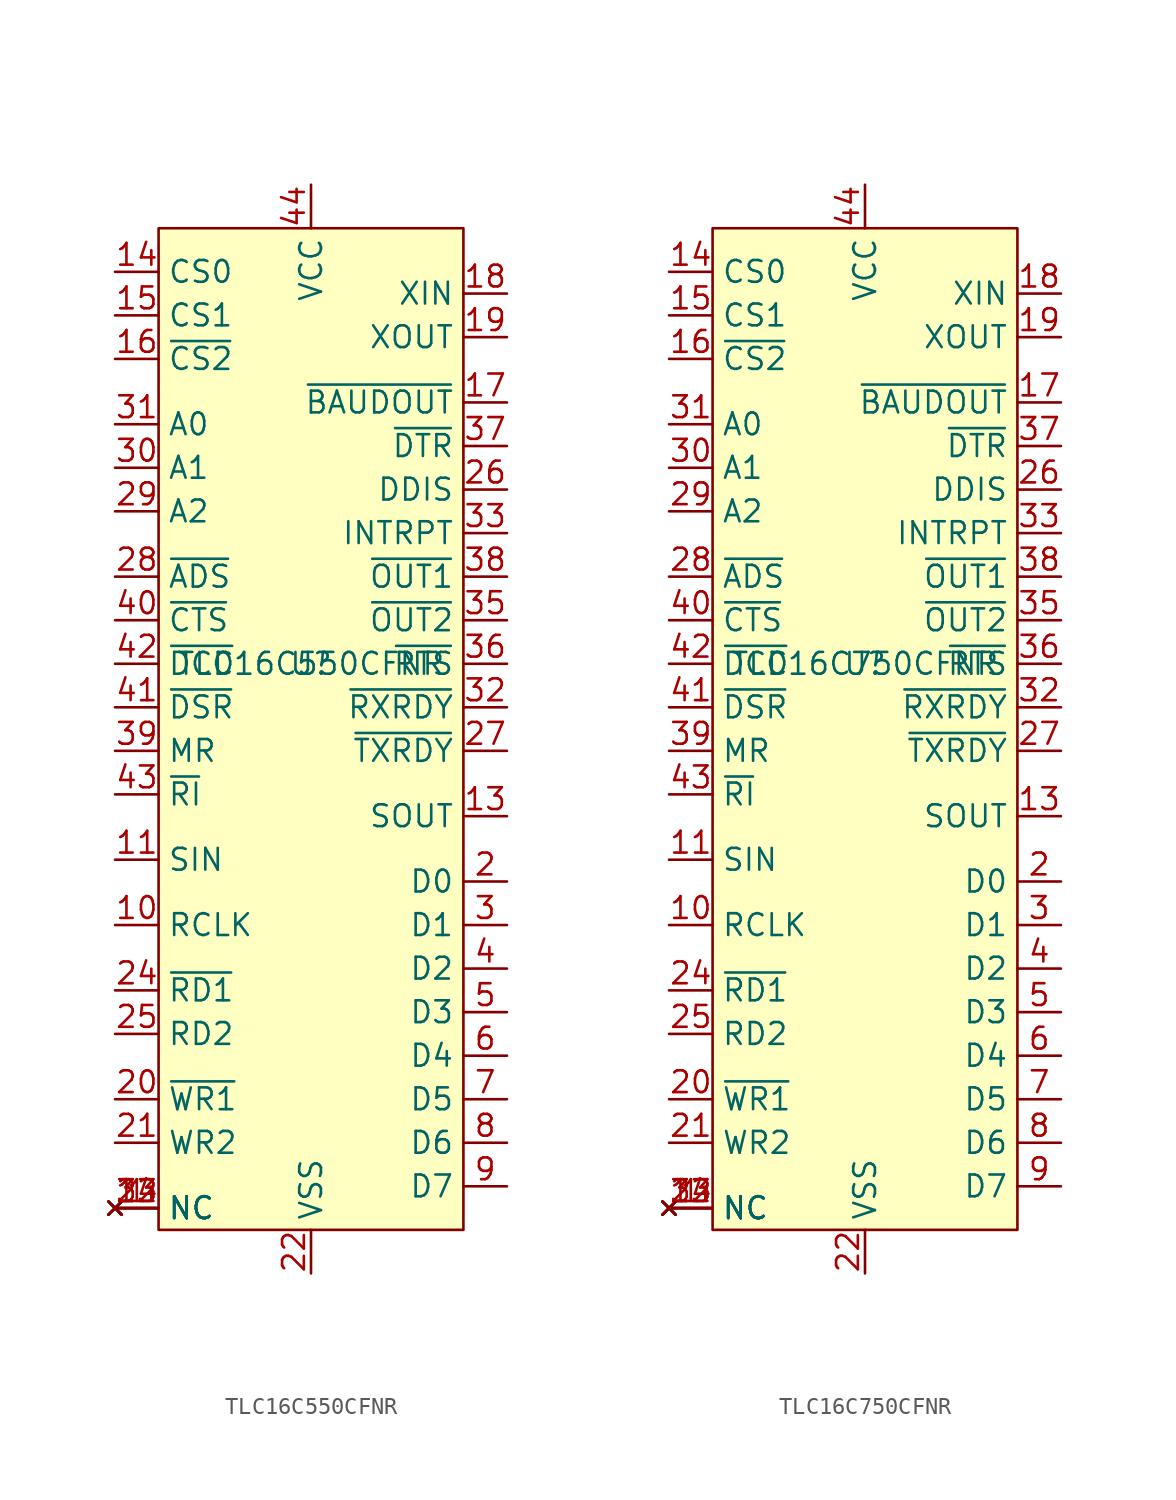
<source format=kicad_sym>
(kicad_symbol_lib
  (version 20241209)
  (generator "kicad_symbol_editor")
  (generator_version "9.0")
  (symbol "TLC16C550CFNR"
    (property "Reference" "U"
      (at 0 0 0)
      (effects (font (size 1.27 1.27))))
    (property "Value" "TLC16C550CFNR"
      (at 0 0 0)
      (effects (font (size 1.27 1.27))))
    (symbol "TLC16C550CFNR_1_1"
      (rectangle (start -8.89 25.4) (end 8.89 -33.02) (stroke (width 0) (type solid)) (fill (type background)))
      (pin input line (at -11.43 22.86 0) (length 2.54) (name "CS0" (effects (font (size 1.27 1.27)))) (number "14" (effects (font (size 1.27 1.27)))))
      (pin input line (at -11.43 20.32 0) (length 2.54) (name "CS1" (effects (font (size 1.27 1.27)))) (number "15" (effects (font (size 1.27 1.27)))))
      (pin input line (at -11.43 17.78 0) (length 2.54) (name "~{CS2}" (effects (font (size 1.27 1.27)))) (number "16" (effects (font (size 1.27 1.27)))))
      (pin input line (at -11.43 13.97 0) (length 2.54) (name "A0" (effects (font (size 1.27 1.27)))) (number "31" (effects (font (size 1.27 1.27)))))
      (pin input line (at -11.43 11.43 0) (length 2.54) (name "A1" (effects (font (size 1.27 1.27)))) (number "30" (effects (font (size 1.27 1.27)))))
      (pin input line (at -11.43 8.89 0) (length 2.54) (name "A2" (effects (font (size 1.27 1.27)))) (number "29" (effects (font (size 1.27 1.27)))))
      (pin input line (at -11.43 5.08 0) (length 2.54) (name "~{ADS}" (effects (font (size 1.27 1.27)))) (number "28" (effects (font (size 1.27 1.27)))))
      (pin input line (at -11.43 2.54 0) (length 2.54) (name "~{CTS}" (effects (font (size 1.27 1.27)))) (number "40" (effects (font (size 1.27 1.27)))))
      (pin input line (at -11.43 0 0) (length 2.54) (name "~{DCD}" (effects (font (size 1.27 1.27)))) (number "42" (effects (font (size 1.27 1.27)))))
      (pin input line (at -11.43 -2.54 0) (length 2.54) (name "~{DSR}" (effects (font (size 1.27 1.27)))) (number "41" (effects (font (size 1.27 1.27)))))
      (pin input line (at -11.43 -5.08 0) (length 2.54) (name "MR" (effects (font (size 1.27 1.27)))) (number "39" (effects (font (size 1.27 1.27)))))
      (pin input line (at -11.43 -7.62 0) (length 2.54) (name "~{RI}" (effects (font (size 1.27 1.27)))) (number "43" (effects (font (size 1.27 1.27)))))
      (pin input line (at -11.43 -11.43 0) (length 2.54) (name "SIN" (effects (font (size 1.27 1.27)))) (number "11" (effects (font (size 1.27 1.27)))))
      (pin input line (at -11.43 -15.24 0) (length 2.54) (name "RCLK" (effects (font (size 1.27 1.27)))) (number "10" (effects (font (size 1.27 1.27)))))
      (pin input line (at -11.43 -19.05 0) (length 2.54) (name "~{RD1}" (effects (font (size 1.27 1.27)))) (number "24" (effects (font (size 1.27 1.27)))))
      (pin input line (at -11.43 -21.59 0) (length 2.54) (name "RD2" (effects (font (size 1.27 1.27)))) (number "25" (effects (font (size 1.27 1.27)))))
      (pin input line (at -11.43 -25.4 0) (length 2.54) (name "~{WR1}" (effects (font (size 1.27 1.27)))) (number "20" (effects (font (size 1.27 1.27)))))
      (pin input line (at -11.43 -27.94 0) (length 2.54) (name "WR2" (effects (font (size 1.27 1.27)))) (number "21" (effects (font (size 1.27 1.27)))))
      (pin no_connect line (at -11.43 -31.75 0) (length 2.54) (name "NC" (effects (font (size 1.27 1.27)))) (number "1" (effects (font (size 1.27 1.27)))))
      (pin no_connect line (at -11.43 -31.75 0) (length 2.54) (name "NC" (effects (font (size 1.27 1.27)))) (number "12" (effects (font (size 1.27 1.27)))))
      (pin no_connect line (at -11.43 -31.75 0) (length 2.54) (name "NC" (effects (font (size 1.27 1.27)))) (number "23" (effects (font (size 1.27 1.27)))))
      (pin no_connect line (at -11.43 -31.75 0) (length 2.54) (name "NC" (effects (font (size 1.27 1.27)))) (number "34" (effects (font (size 1.27 1.27)))))
      (pin power_in line (at 0 27.94 270) (length 2.54) (name "VCC" (effects (font (size 1.27 1.27)))) (number "44" (effects (font (size 1.27 1.27)))))
      (pin power_in line (at 0 -35.56 90) (length 2.54) (name "VSS" (effects (font (size 1.27 1.27)))) (number "22" (effects (font (size 1.27 1.27)))))
      (pin input line (at 11.43 21.59 180) (length 2.54) (name "XIN" (effects (font (size 1.27 1.27)))) (number "18" (effects (font (size 1.27 1.27)))))
      (pin output line (at 11.43 19.05 180) (length 2.54) (name "XOUT" (effects (font (size 1.27 1.27)))) (number "19" (effects (font (size 1.27 1.27)))))
      (pin output line (at 11.43 15.24 180) (length 2.54) (name "~{BAUDOUT}" (effects (font (size 1.27 1.27)))) (number "17" (effects (font (size 1.27 1.27)))))
      (pin output line (at 11.43 12.7 180) (length 2.54) (name "~{DTR}" (effects (font (size 1.27 1.27)))) (number "37" (effects (font (size 1.27 1.27)))))
      (pin output line (at 11.43 10.16 180) (length 2.54) (name "DDIS" (effects (font (size 1.27 1.27)))) (number "26" (effects (font (size 1.27 1.27)))))
      (pin output line (at 11.43 7.62 180) (length 2.54) (name "INTRPT" (effects (font (size 1.27 1.27)))) (number "33" (effects (font (size 1.27 1.27)))))
      (pin output line (at 11.43 5.08 180) (length 2.54) (name "~{OUT1}" (effects (font (size 1.27 1.27)))) (number "38" (effects (font (size 1.27 1.27)))))
      (pin output line (at 11.43 2.54 180) (length 2.54) (name "~{OUT2}" (effects (font (size 1.27 1.27)))) (number "35" (effects (font (size 1.27 1.27)))))
      (pin output line (at 11.43 0 180) (length 2.54) (name "~{RTS}" (effects (font (size 1.27 1.27)))) (number "36" (effects (font (size 1.27 1.27)))))
      (pin output line (at 11.43 -2.54 180) (length 2.54) (name "~{RXRDY}" (effects (font (size 1.27 1.27)))) (number "32" (effects (font (size 1.27 1.27)))))
      (pin output line (at 11.43 -5.08 180) (length 2.54) (name "~{TXRDY}" (effects (font (size 1.27 1.27)))) (number "27" (effects (font (size 1.27 1.27)))))
      (pin output line (at 11.43 -8.89 180) (length 2.54) (name "SOUT" (effects (font (size 1.27 1.27)))) (number "13" (effects (font (size 1.27 1.27)))))
      (pin bidirectional line (at 11.43 -12.7 180) (length 2.54) (name "D0" (effects (font (size 1.27 1.27)))) (number "2" (effects (font (size 1.27 1.27)))))
      (pin bidirectional line (at 11.43 -15.24 180) (length 2.54) (name "D1" (effects (font (size 1.27 1.27)))) (number "3" (effects (font (size 1.27 1.27)))))
      (pin bidirectional line (at 11.43 -17.78 180) (length 2.54) (name "D2" (effects (font (size 1.27 1.27)))) (number "4" (effects (font (size 1.27 1.27)))))
      (pin bidirectional line (at 11.43 -20.32 180) (length 2.54) (name "D3" (effects (font (size 1.27 1.27)))) (number "5" (effects (font (size 1.27 1.27)))))
      (pin bidirectional line (at 11.43 -22.86 180) (length 2.54) (name "D4" (effects (font (size 1.27 1.27)))) (number "6" (effects (font (size 1.27 1.27)))))
      (pin bidirectional line (at 11.43 -25.4 180) (length 2.54) (name "D5" (effects (font (size 1.27 1.27)))) (number "7" (effects (font (size 1.27 1.27)))))
      (pin bidirectional line (at 11.43 -27.94 180) (length 2.54) (name "D6" (effects (font (size 1.27 1.27)))) (number "8" (effects (font (size 1.27 1.27)))))
      (pin bidirectional line (at 11.43 -30.48 180) (length 2.54) (name "D7" (effects (font (size 1.27 1.27)))) (number "9" (effects (font (size 1.27 1.27)))))))
  (symbol "TLC16C750CFNR"
    (property "Reference" "U"
      (at 0 0 0)
      (effects (font (size 1.27 1.27))))
    (property "Value" "TLC16C750CFNR"
      (at 0 0 0)
      (effects (font (size 1.27 1.27))))
    (symbol "TLC16C750CFNR_1_1"
      (rectangle (start -8.89 25.4) (end 8.89 -33.02) (stroke (width 0) (type solid)) (fill (type background)))
      (pin input line (at -11.43 22.86 0) (length 2.54) (name "CS0" (effects (font (size 1.27 1.27)))) (number "14" (effects (font (size 1.27 1.27)))))
      (pin input line (at -11.43 20.32 0) (length 2.54) (name "CS1" (effects (font (size 1.27 1.27)))) (number "15" (effects (font (size 1.27 1.27)))))
      (pin input line (at -11.43 17.78 0) (length 2.54) (name "~{CS2}" (effects (font (size 1.27 1.27)))) (number "16" (effects (font (size 1.27 1.27)))))
      (pin input line (at -11.43 13.97 0) (length 2.54) (name "A0" (effects (font (size 1.27 1.27)))) (number "31" (effects (font (size 1.27 1.27)))))
      (pin input line (at -11.43 11.43 0) (length 2.54) (name "A1" (effects (font (size 1.27 1.27)))) (number "30" (effects (font (size 1.27 1.27)))))
      (pin input line (at -11.43 8.89 0) (length 2.54) (name "A2" (effects (font (size 1.27 1.27)))) (number "29" (effects (font (size 1.27 1.27)))))
      (pin input line (at -11.43 5.08 0) (length 2.54) (name "~{ADS}" (effects (font (size 1.27 1.27)))) (number "28" (effects (font (size 1.27 1.27)))))
      (pin input line (at -11.43 2.54 0) (length 2.54) (name "~{CTS}" (effects (font (size 1.27 1.27)))) (number "40" (effects (font (size 1.27 1.27)))))
      (pin input line (at -11.43 0 0) (length 2.54) (name "~{DCD}" (effects (font (size 1.27 1.27)))) (number "42" (effects (font (size 1.27 1.27)))))
      (pin input line (at -11.43 -2.54 0) (length 2.54) (name "~{DSR}" (effects (font (size 1.27 1.27)))) (number "41" (effects (font (size 1.27 1.27)))))
      (pin input line (at -11.43 -5.08 0) (length 2.54) (name "MR" (effects (font (size 1.27 1.27)))) (number "39" (effects (font (size 1.27 1.27)))))
      (pin input line (at -11.43 -7.62 0) (length 2.54) (name "~{RI}" (effects (font (size 1.27 1.27)))) (number "43" (effects (font (size 1.27 1.27)))))
      (pin input line (at -11.43 -11.43 0) (length 2.54) (name "SIN" (effects (font (size 1.27 1.27)))) (number "11" (effects (font (size 1.27 1.27)))))
      (pin input line (at -11.43 -15.24 0) (length 2.54) (name "RCLK" (effects (font (size 1.27 1.27)))) (number "10" (effects (font (size 1.27 1.27)))))
      (pin input line (at -11.43 -19.05 0) (length 2.54) (name "~{RD1}" (effects (font (size 1.27 1.27)))) (number "24" (effects (font (size 1.27 1.27)))))
      (pin input line (at -11.43 -21.59 0) (length 2.54) (name "RD2" (effects (font (size 1.27 1.27)))) (number "25" (effects (font (size 1.27 1.27)))))
      (pin input line (at -11.43 -25.4 0) (length 2.54) (name "~{WR1}" (effects (font (size 1.27 1.27)))) (number "20" (effects (font (size 1.27 1.27)))))
      (pin input line (at -11.43 -27.94 0) (length 2.54) (name "WR2" (effects (font (size 1.27 1.27)))) (number "21" (effects (font (size 1.27 1.27)))))
      (pin no_connect line (at -11.43 -31.75 0) (length 2.54) (name "NC" (effects (font (size 1.27 1.27)))) (number "1" (effects (font (size 1.27 1.27)))))
      (pin no_connect line (at -11.43 -31.75 0) (length 2.54) (name "NC" (effects (font (size 1.27 1.27)))) (number "12" (effects (font (size 1.27 1.27)))))
      (pin no_connect line (at -11.43 -31.75 0) (length 2.54) (name "NC" (effects (font (size 1.27 1.27)))) (number "23" (effects (font (size 1.27 1.27)))))
      (pin no_connect line (at -11.43 -31.75 0) (length 2.54) (name "NC" (effects (font (size 1.27 1.27)))) (number "34" (effects (font (size 1.27 1.27)))))
      (pin power_in line (at 0 27.94 270) (length 2.54) (name "VCC" (effects (font (size 1.27 1.27)))) (number "44" (effects (font (size 1.27 1.27)))))
      (pin power_in line (at 0 -35.56 90) (length 2.54) (name "VSS" (effects (font (size 1.27 1.27)))) (number "22" (effects (font (size 1.27 1.27)))))
      (pin input line (at 11.43 21.59 180) (length 2.54) (name "XIN" (effects (font (size 1.27 1.27)))) (number "18" (effects (font (size 1.27 1.27)))))
      (pin output line (at 11.43 19.05 180) (length 2.54) (name "XOUT" (effects (font (size 1.27 1.27)))) (number "19" (effects (font (size 1.27 1.27)))))
      (pin output line (at 11.43 15.24 180) (length 2.54) (name "~{BAUDOUT}" (effects (font (size 1.27 1.27)))) (number "17" (effects (font (size 1.27 1.27)))))
      (pin output line (at 11.43 12.7 180) (length 2.54) (name "~{DTR}" (effects (font (size 1.27 1.27)))) (number "37" (effects (font (size 1.27 1.27)))))
      (pin output line (at 11.43 10.16 180) (length 2.54) (name "DDIS" (effects (font (size 1.27 1.27)))) (number "26" (effects (font (size 1.27 1.27)))))
      (pin output line (at 11.43 7.62 180) (length 2.54) (name "INTRPT" (effects (font (size 1.27 1.27)))) (number "33" (effects (font (size 1.27 1.27)))))
      (pin output line (at 11.43 5.08 180) (length 2.54) (name "~{OUT1}" (effects (font (size 1.27 1.27)))) (number "38" (effects (font (size 1.27 1.27)))))
      (pin output line (at 11.43 2.54 180) (length 2.54) (name "~{OUT2}" (effects (font (size 1.27 1.27)))) (number "35" (effects (font (size 1.27 1.27)))))
      (pin output line (at 11.43 0 180) (length 2.54) (name "~{RTS}" (effects (font (size 1.27 1.27)))) (number "36" (effects (font (size 1.27 1.27)))))
      (pin output line (at 11.43 -2.54 180) (length 2.54) (name "~{RXRDY}" (effects (font (size 1.27 1.27)))) (number "32" (effects (font (size 1.27 1.27)))))
      (pin output line (at 11.43 -5.08 180) (length 2.54) (name "~{TXRDY}" (effects (font (size 1.27 1.27)))) (number "27" (effects (font (size 1.27 1.27)))))
      (pin output line (at 11.43 -8.89 180) (length 2.54) (name "SOUT" (effects (font (size 1.27 1.27)))) (number "13" (effects (font (size 1.27 1.27)))))
      (pin bidirectional line (at 11.43 -12.7 180) (length 2.54) (name "D0" (effects (font (size 1.27 1.27)))) (number "2" (effects (font (size 1.27 1.27)))))
      (pin bidirectional line (at 11.43 -15.24 180) (length 2.54) (name "D1" (effects (font (size 1.27 1.27)))) (number "3" (effects (font (size 1.27 1.27)))))
      (pin bidirectional line (at 11.43 -17.78 180) (length 2.54) (name "D2" (effects (font (size 1.27 1.27)))) (number "4" (effects (font (size 1.27 1.27)))))
      (pin bidirectional line (at 11.43 -20.32 180) (length 2.54) (name "D3" (effects (font (size 1.27 1.27)))) (number "5" (effects (font (size 1.27 1.27)))))
      (pin bidirectional line (at 11.43 -22.86 180) (length 2.54) (name "D4" (effects (font (size 1.27 1.27)))) (number "6" (effects (font (size 1.27 1.27)))))
      (pin bidirectional line (at 11.43 -25.4 180) (length 2.54) (name "D5" (effects (font (size 1.27 1.27)))) (number "7" (effects (font (size 1.27 1.27)))))
      (pin bidirectional line (at 11.43 -27.94 180) (length 2.54) (name "D6" (effects (font (size 1.27 1.27)))) (number "8" (effects (font (size 1.27 1.27)))))
      (pin bidirectional line (at 11.43 -30.48 180) (length 2.54) (name "D7" (effects (font (size 1.27 1.27)))) (number "9" (effects (font (size 1.27 1.27))))))))
</source>
